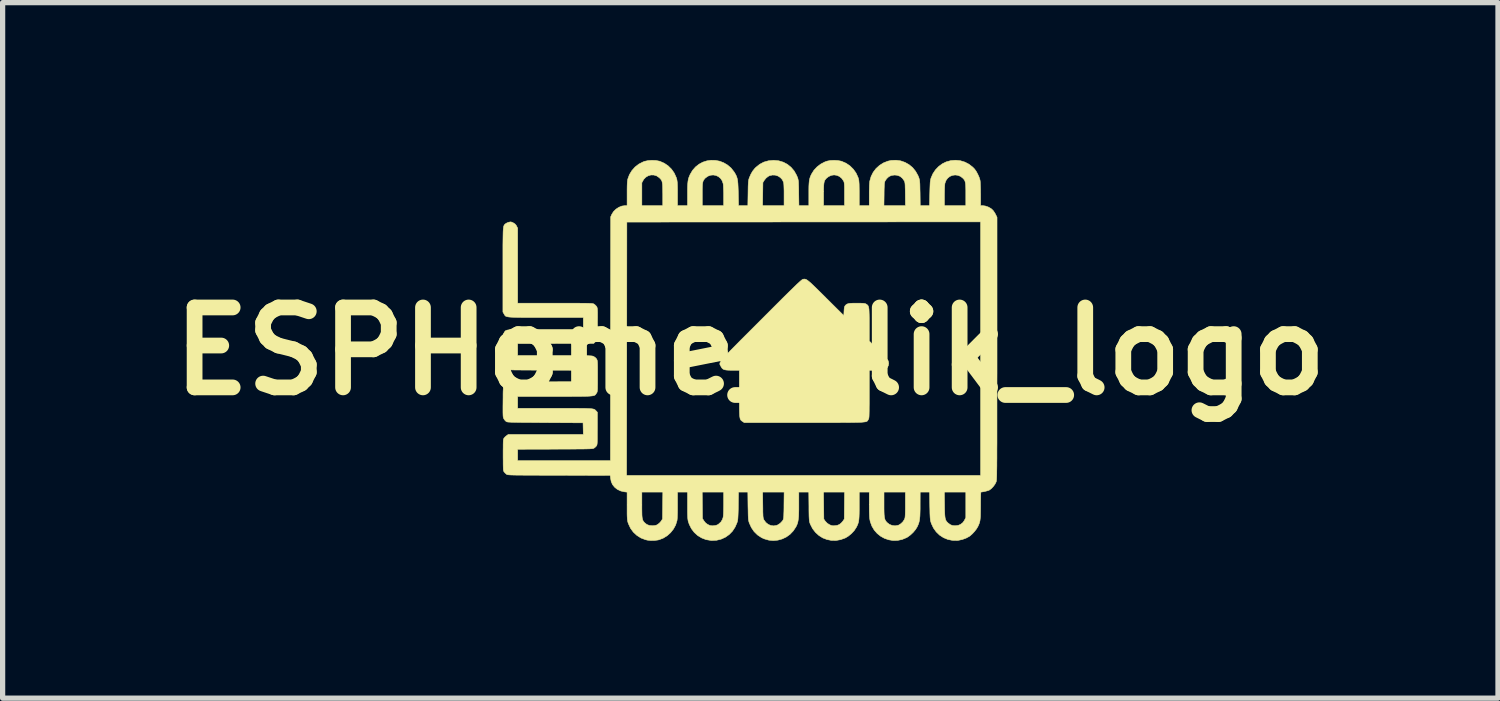
<source format=kicad_pcb>
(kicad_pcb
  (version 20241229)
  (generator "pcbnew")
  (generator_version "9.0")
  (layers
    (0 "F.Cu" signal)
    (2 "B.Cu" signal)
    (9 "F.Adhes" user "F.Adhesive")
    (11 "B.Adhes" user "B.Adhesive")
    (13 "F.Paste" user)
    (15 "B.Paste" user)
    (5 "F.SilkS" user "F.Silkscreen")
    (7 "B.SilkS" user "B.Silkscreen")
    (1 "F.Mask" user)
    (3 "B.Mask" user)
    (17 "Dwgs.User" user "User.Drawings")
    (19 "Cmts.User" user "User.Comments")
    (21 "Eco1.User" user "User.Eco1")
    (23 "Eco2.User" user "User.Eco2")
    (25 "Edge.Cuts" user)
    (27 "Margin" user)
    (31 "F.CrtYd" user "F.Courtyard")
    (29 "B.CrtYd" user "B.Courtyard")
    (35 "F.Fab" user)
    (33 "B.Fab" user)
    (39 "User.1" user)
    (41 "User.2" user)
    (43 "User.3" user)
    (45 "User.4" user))
  (footprint "ESPHome_slik_logo"
    (layer "F.Cu")
    (at 11.256 3.647)
    (property "Reference" "ESPHome_slik_logo" (at 0 0 0) (layer "F.SilkS") (effects (font (size 1.524 1.524) (thickness 0.3))))
    (attr through_hole)
    (fp_poly (pts (xy 1.042 -1.375) (xy 1.057 -1.371) (xy 1.074 -1.363) (xy 1.095 -1.349) (xy 1.121 -1.328) (xy 1.153 -1.301) (xy 1.191 -1.265) (xy 1.238 -1.22) (xy 1.294 -1.165) (xy 1.361 -1.099) (xy 1.439 -1.022) (xy 1.441 -1.019) (xy 1.783 -0.68) (xy 1.787 -0.765) (xy 1.79 -0.809) (xy 1.794 -0.838) (xy 1.801 -0.857) (xy 1.81 -0.871) (xy 1.826 -0.887) (xy 1.842 -0.898) (xy 1.863 -0.906) (xy 1.891 -0.912) (xy 1.928 -0.915) (xy 1.978 -0.916) (xy 2.029 -0.916) (xy 2.087 -0.916) (xy 2.129 -0.915) (xy 2.16 -0.913) (xy 2.181 -0.91) (xy 2.197 -0.906) (xy 2.209 -0.899) (xy 2.21 -0.899) (xy 2.224 -0.89) (xy 2.236 -0.879) (xy 2.246 -0.867) (xy 2.253 -0.849) (xy 2.259 -0.826) (xy 2.263 -0.795) (xy 2.265 -0.753) (xy 2.267 -0.7) (xy 2.268 -0.634) (xy 2.268 -0.552) (xy 2.268 -0.507) (xy 2.268 -0.196) (xy 2.444 -0.018) (xy 2.491 0.03) (xy 2.534 0.074) (xy 2.571 0.114) (xy 2.601 0.147) (xy 2.621 0.171) (xy 2.63 0.184) (xy 2.63 0.185) (xy 2.639 0.231) (xy 2.631 0.276) (xy 2.608 0.315) (xy 2.572 0.344) (xy 2.567 0.347) (xy 2.551 0.353) (xy 2.53 0.358) (xy 2.502 0.361) (xy 2.463 0.362) (xy 2.409 0.363) (xy 2.402 0.363) (xy 2.268 0.363) (xy 2.268 0.818) (xy 2.268 0.92) (xy 2.268 1.006) (xy 2.267 1.077) (xy 2.267 1.135) (xy 2.266 1.181) (xy 2.265 1.216) (xy 2.264 1.243) (xy 2.262 1.263) (xy 2.26 1.278) (xy 2.257 1.288) (xy 2.253 1.296) (xy 2.25 1.302) (xy 2.245 1.31) (xy 2.241 1.318) (xy 2.236 1.325) (xy 2.231 1.331) (xy 2.223 1.336) (xy 2.212 1.341) (xy 2.198 1.345) (xy 2.178 1.348) (xy 2.152 1.351) (xy 2.12 1.354) (xy 2.08 1.356) (xy 2.031 1.357) (xy 1.973 1.358) (xy 1.904 1.359) (xy 1.824 1.36) (xy 1.731 1.36) (xy 1.625 1.361) (xy 1.505 1.361) (xy 1.369 1.361) (xy 1.218 1.361) (xy 1.049 1.361) (xy 1.027 1.361) (xy -0.115 1.361) (xy -0.146 1.34) (xy -0.16 1.331) (xy -0.171 1.322) (xy -0.181 1.312) (xy -0.188 1.299) (xy -0.195 1.282) (xy -0.199 1.259) (xy -0.203 1.229) (xy -0.205 1.19) (xy -0.207 1.14) (xy -0.208 1.078) (xy -0.208 1.003) (xy -0.209 0.912) (xy -0.209 0.81) (xy -0.209 0.363) (xy -0.343 0.363) (xy -0.406 0.362) (xy -0.454 0.359) (xy -0.489 0.353) (xy -0.515 0.343) (xy -0.535 0.328) (xy -0.551 0.306) (xy -0.561 0.287) (xy -0.567 0.276) (xy -0.573 0.266) (xy -0.578 0.256) (xy -0.581 0.247) (xy -0.581 0.236) (xy -0.579 0.224) (xy -0.573 0.21) (xy -0.563 0.193) (xy -0.547 0.172) (xy -0.527 0.147) (xy -0.5 0.116) (xy -0.467 0.08) (xy -0.426 0.037) (xy -0.378 -0.014) (xy -0.32 -0.072) (xy -0.254 -0.139) (xy -0.178 -0.216) (xy -0.091 -0.303) (xy 0.007 -0.401) (xy 0.117 -0.511) (xy 0.198 -0.592) (xy 0.318 -0.712) (xy 0.425 -0.819) (xy 0.521 -0.915) (xy 0.606 -1) (xy 0.681 -1.074) (xy 0.746 -1.138) (xy 0.803 -1.193) (xy 0.85 -1.239) (xy 0.89 -1.278) (xy 0.923 -1.308) (xy 0.949 -1.332) (xy 0.969 -1.349) (xy 0.984 -1.361) (xy 0.994 -1.368) (xy 0.998 -1.37) (xy 1.013 -1.374) (xy 1.027 -1.376) (xy 1.042 -1.375)) (stroke (width 0.01) (type solid)) (fill yes) (layer "F.SilkS"))
    (fp_poly (pts (xy 2.867 -3.63) (xy 2.95 -3.601) (xy 3.026 -3.558) (xy 3.094 -3.502) (xy 3.151 -3.432) (xy 3.196 -3.352) (xy 3.213 -3.311) (xy 3.219 -3.292) (xy 3.224 -3.273) (xy 3.228 -3.252) (xy 3.23 -3.225) (xy 3.233 -3.192) (xy 3.234 -3.148) (xy 3.235 -3.091) (xy 3.237 -3.019) (xy 3.237 -3.014) (xy 3.24 -2.776) (xy 3.417 -2.776) (xy 3.421 -2.966) (xy 3.701 -2.966) (xy 3.701 -2.776) (xy 4.109 -2.776) (xy 4.109 -2.989) (xy 4.109 -3.064) (xy 4.108 -3.124) (xy 4.106 -3.17) (xy 4.102 -3.206) (xy 4.096 -3.233) (xy 4.088 -3.255) (xy 4.077 -3.273) (xy 4.062 -3.29) (xy 4.057 -3.296) (xy 4.011 -3.333) (xy 3.96 -3.354) (xy 3.907 -3.361) (xy 3.855 -3.354) (xy 3.806 -3.334) (xy 3.764 -3.301) (xy 3.732 -3.257) (xy 3.711 -3.203) (xy 3.711 -3.201) (xy 3.708 -3.178) (xy 3.705 -3.141) (xy 3.703 -3.092) (xy 3.702 -3.036) (xy 3.701 -2.977) (xy 3.701 -2.966) (xy 3.421 -2.966) (xy 3.422 -3.009) (xy 3.424 -3.083) (xy 3.426 -3.142) (xy 3.428 -3.187) (xy 3.43 -3.222) (xy 3.434 -3.25) (xy 3.438 -3.273) (xy 3.443 -3.294) (xy 3.446 -3.303) (xy 3.481 -3.384) (xy 3.53 -3.458) (xy 3.591 -3.522) (xy 3.661 -3.574) (xy 3.734 -3.61) (xy 3.824 -3.635) (xy 3.915 -3.642) (xy 4.004 -3.633) (xy 4.09 -3.607) (xy 4.169 -3.566) (xy 4.241 -3.51) (xy 4.276 -3.474) (xy 4.307 -3.431) (xy 4.336 -3.377) (xy 4.362 -3.32) (xy 4.379 -3.267) (xy 4.381 -3.258) (xy 4.384 -3.235) (xy 4.386 -3.196) (xy 4.388 -3.146) (xy 4.39 -3.086) (xy 4.39 -3.021) (xy 4.391 -2.993) (xy 4.391 -2.776) (xy 4.431 -2.776) (xy 4.482 -2.769) (xy 4.537 -2.75) (xy 4.587 -2.722) (xy 4.606 -2.707) (xy 4.635 -2.677) (xy 4.662 -2.636) (xy 4.674 -2.615) (xy 4.704 -2.554) (xy 4.704 -0.055) (xy 4.704 0.198) (xy 4.704 0.432) (xy 4.703 0.65) (xy 4.703 0.852) (xy 4.703 1.038) (xy 4.703 1.209) (xy 4.703 1.366) (xy 4.703 1.509) (xy 4.703 1.639) (xy 4.703 1.757) (xy 4.702 1.863) (xy 4.702 1.958) (xy 4.702 2.043) (xy 4.701 2.117) (xy 4.701 2.183) (xy 4.7 2.24) (xy 4.699 2.289) (xy 4.699 2.331) (xy 4.698 2.367) (xy 4.697 2.396) (xy 4.696 2.42) (xy 4.695 2.44) (xy 4.694 2.455) (xy 4.692 2.467) (xy 4.691 2.477) (xy 4.689 2.484) (xy 4.688 2.49) (xy 4.687 2.492) (xy 4.666 2.534) (xy 4.635 2.577) (xy 4.599 2.616) (xy 4.561 2.645) (xy 4.554 2.649) (xy 4.529 2.658) (xy 4.493 2.668) (xy 4.454 2.677) (xy 4.418 2.683) (xy 4.397 2.685) (xy 4.396 2.694) (xy 4.394 2.718) (xy 4.393 2.756) (xy 4.392 2.806) (xy 4.391 2.864) (xy 4.391 2.929) (xy 4.391 2.937) (xy 4.39 3.021) (xy 4.389 3.089) (xy 4.388 3.144) (xy 4.384 3.188) (xy 4.38 3.225) (xy 4.373 3.257) (xy 4.364 3.286) (xy 4.352 3.315) (xy 4.339 3.343) (xy 4.313 3.387) (xy 4.276 3.435) (xy 4.234 3.481) (xy 4.19 3.52) (xy 4.176 3.53) (xy 4.115 3.563) (xy 4.044 3.589) (xy 3.969 3.605) (xy 3.945 3.608) (xy 3.853 3.606) (xy 3.765 3.588) (xy 3.683 3.554) (xy 3.609 3.506) (xy 3.545 3.444) (xy 3.492 3.37) (xy 3.452 3.285) (xy 3.446 3.266) (xy 3.44 3.247) (xy 3.435 3.227) (xy 3.432 3.204) (xy 3.429 3.175) (xy 3.427 3.138) (xy 3.425 3.091) (xy 3.424 3.031) (xy 3.422 2.955) (xy 3.422 2.946) (xy 3.418 2.685) (xy 3.7 2.685) (xy 3.703 2.928) (xy 3.704 3.009) (xy 3.706 3.074) (xy 3.709 3.126) (xy 3.713 3.166) (xy 3.719 3.197) (xy 3.728 3.222) (xy 3.739 3.241) (xy 3.754 3.259) (xy 3.772 3.276) (xy 3.777 3.28) (xy 3.814 3.307) (xy 3.851 3.322) (xy 3.894 3.327) (xy 3.92 3.326) (xy 3.965 3.32) (xy 4.005 3.303) (xy 4.015 3.297) (xy 4.052 3.268) (xy 4.08 3.229) (xy 4.084 3.221) (xy 4.109 3.173) (xy 4.109 2.685) (xy 3.7 2.685) (xy 3.418 2.685) (xy 3.239 2.685) (xy 3.238 2.923) (xy 3.238 3.011) (xy 3.236 3.084) (xy 3.234 3.143) (xy 3.229 3.192) (xy 3.223 3.234) (xy 3.214 3.27) (xy 3.202 3.304) (xy 3.187 3.337) (xy 3.183 3.347) (xy 3.15 3.4) (xy 3.106 3.453) (xy 3.054 3.502) (xy 3 3.542) (xy 2.979 3.554) (xy 2.895 3.589) (xy 2.808 3.607) (xy 2.722 3.609) (xy 2.639 3.595) (xy 2.559 3.568) (xy 2.485 3.527) (xy 2.419 3.474) (xy 2.363 3.41) (xy 2.318 3.334) (xy 2.287 3.249) (xy 2.282 3.225) (xy 2.277 3.196) (xy 2.273 3.159) (xy 2.271 3.111) (xy 2.269 3.051) (xy 2.268 2.975) (xy 2.268 2.923) (xy 2.268 2.685) (xy 2.549 2.685) (xy 2.549 2.92) (xy 2.549 3) (xy 2.55 3.065) (xy 2.552 3.116) (xy 2.556 3.157) (xy 2.562 3.188) (xy 2.569 3.212) (xy 2.58 3.232) (xy 2.593 3.25) (xy 2.606 3.265) (xy 2.652 3.301) (xy 2.705 3.322) (xy 2.761 3.329) (xy 2.817 3.319) (xy 2.835 3.312) (xy 2.873 3.287) (xy 2.909 3.252) (xy 2.936 3.211) (xy 2.947 3.185) (xy 2.951 3.162) (xy 2.954 3.122) (xy 2.956 3.066) (xy 2.957 2.994) (xy 2.957 2.918) (xy 2.957 2.685) (xy 2.549 2.685) (xy 2.268 2.685) (xy 2.077 2.685) (xy 2.077 2.942) (xy 2.077 3.027) (xy 2.076 3.097) (xy 2.074 3.154) (xy 2.071 3.2) (xy 2.066 3.237) (xy 2.059 3.27) (xy 2.049 3.299) (xy 2.037 3.327) (xy 2.022 3.358) (xy 2.02 3.36) (xy 1.981 3.42) (xy 1.928 3.477) (xy 1.868 3.526) (xy 1.812 3.56) (xy 1.723 3.592) (xy 1.635 3.608) (xy 1.547 3.607) (xy 1.462 3.59) (xy 1.381 3.559) (xy 1.308 3.513) (xy 1.243 3.454) (xy 1.188 3.383) (xy 1.145 3.299) (xy 1.14 3.287) (xy 1.135 3.271) (xy 1.13 3.255) (xy 1.127 3.236) (xy 1.124 3.212) (xy 1.122 3.182) (xy 1.12 3.142) (xy 1.119 3.09) (xy 1.118 3.024) (xy 1.118 2.96) (xy 1.115 2.685) (xy 1.396 2.685) (xy 1.402 3.201) (xy 1.429 3.24) (xy 1.467 3.28) (xy 1.506 3.305) (xy 1.538 3.32) (xy 1.564 3.327) (xy 1.595 3.328) (xy 1.613 3.326) (xy 1.658 3.32) (xy 1.694 3.305) (xy 1.706 3.298) (xy 1.734 3.275) (xy 1.76 3.246) (xy 1.767 3.237) (xy 1.792 3.199) (xy 1.797 2.685) (xy 1.396 2.685) (xy 1.115 2.685) (xy 0.925 2.685) (xy 0.925 2.928) (xy 0.925 3.016) (xy 0.923 3.089) (xy 0.921 3.148) (xy 0.916 3.197) (xy 0.91 3.238) (xy 0.902 3.273) (xy 0.891 3.304) (xy 0.877 3.335) (xy 0.869 3.35) (xy 0.819 3.426) (xy 0.757 3.491) (xy 0.686 3.542) (xy 0.608 3.579) (xy 0.525 3.602) (xy 0.439 3.61) (xy 0.352 3.602) (xy 0.266 3.577) (xy 0.215 3.554) (xy 0.138 3.503) (xy 0.072 3.438) (xy 0.02 3.361) (xy -0.017 3.28) (xy -0.024 3.261) (xy -0.029 3.243) (xy -0.033 3.224) (xy -0.036 3.202) (xy -0.038 3.174) (xy -0.04 3.137) (xy -0.041 3.09) (xy -0.042 3.029) (xy -0.044 2.953) (xy -0.044 2.95) (xy -0.047 2.685) (xy 0.235 2.685) (xy 0.238 2.932) (xy 0.239 3.006) (xy 0.239 3.064) (xy 0.241 3.109) (xy 0.242 3.142) (xy 0.245 3.167) (xy 0.248 3.185) (xy 0.252 3.198) (xy 0.257 3.21) (xy 0.26 3.216) (xy 0.296 3.265) (xy 0.341 3.301) (xy 0.392 3.323) (xy 0.447 3.33) (xy 0.502 3.32) (xy 0.522 3.312) (xy 0.57 3.281) (xy 0.611 3.238) (xy 0.625 3.216) (xy 0.629 3.205) (xy 0.633 3.191) (xy 0.636 3.17) (xy 0.638 3.14) (xy 0.639 3.1) (xy 0.641 3.047) (xy 0.642 2.98) (xy 0.642 2.937) (xy 0.645 2.685) (xy 0.235 2.685) (xy -0.047 2.685) (xy -0.225 2.685) (xy -0.229 2.946) (xy -0.23 3.023) (xy -0.232 3.085) (xy -0.234 3.134) (xy -0.236 3.172) (xy -0.238 3.201) (xy -0.242 3.225) (xy -0.246 3.245) (xy -0.252 3.264) (xy -0.252 3.266) (xy -0.29 3.353) (xy -0.34 3.43) (xy -0.402 3.494) (xy -0.474 3.545) (xy -0.554 3.582) (xy -0.642 3.604) (xy -0.734 3.609) (xy -0.754 3.607) (xy -0.844 3.592) (xy -0.927 3.56) (xy -1.003 3.514) (xy -1.069 3.454) (xy -1.123 3.383) (xy -1.164 3.301) (xy -1.184 3.242) (xy -1.188 3.221) (xy -1.192 3.193) (xy -1.194 3.158) (xy -1.196 3.111) (xy -1.197 3.052) (xy -1.197 2.978) (xy -1.197 2.937) (xy -1.197 2.685) (xy -0.917 2.685) (xy -0.912 3.19) (xy -0.884 3.234) (xy -0.856 3.27) (xy -0.82 3.298) (xy -0.807 3.305) (xy -0.776 3.32) (xy -0.751 3.327) (xy -0.722 3.328) (xy -0.7 3.327) (xy -0.659 3.321) (xy -0.627 3.31) (xy -0.605 3.296) (xy -0.56 3.255) (xy -0.531 3.207) (xy -0.518 3.165) (xy -0.515 3.143) (xy -0.512 3.106) (xy -0.51 3.056) (xy -0.509 2.999) (xy -0.508 2.935) (xy -0.508 2.902) (xy -0.508 2.685) (xy -0.917 2.685) (xy -1.197 2.685) (xy -1.388 2.685) (xy -1.388 2.934) (xy -1.388 3.009) (xy -1.389 3.078) (xy -1.391 3.137) (xy -1.393 3.185) (xy -1.396 3.219) (xy -1.398 3.231) (xy -1.424 3.314) (xy -1.466 3.391) (xy -1.521 3.46) (xy -1.586 3.518) (xy -1.661 3.564) (xy -1.742 3.595) (xy -1.767 3.6) (xy -1.829 3.608) (xy -1.897 3.609) (xy -1.962 3.602) (xy -2 3.593) (xy -2.086 3.56) (xy -2.163 3.511) (xy -2.23 3.449) (xy -2.284 3.375) (xy -2.323 3.291) (xy -2.332 3.267) (xy -2.337 3.248) (xy -2.341 3.229) (xy -2.344 3.207) (xy -2.346 3.178) (xy -2.348 3.142) (xy -2.349 3.095) (xy -2.349 3.036) (xy -2.349 2.961) (xy -2.349 2.948) (xy -2.349 2.686) (xy -2.361 2.685) (xy -2.068 2.685) (xy -2.068 2.93) (xy -2.068 3.01) (xy -2.067 3.074) (xy -2.066 3.124) (xy -2.063 3.163) (xy -2.058 3.193) (xy -2.052 3.216) (xy -2.043 3.235) (xy -2.031 3.252) (xy -2.017 3.268) (xy -2.016 3.269) (xy -1.974 3.303) (xy -1.925 3.322) (xy -1.866 3.327) (xy -1.859 3.327) (xy -1.819 3.323) (xy -1.788 3.315) (xy -1.761 3.299) (xy -1.732 3.276) (xy -1.705 3.246) (xy -1.699 3.237) (xy -1.674 3.199) (xy -1.671 2.942) (xy -1.668 2.685) (xy -2.068 2.685) (xy -2.361 2.685) (xy -2.402 2.68) (xy -2.472 2.664) (xy -2.536 2.633) (xy -2.585 2.594) (xy -2.626 2.544) (xy -2.652 2.486) (xy -2.664 2.423) (xy -2.67 2.368) (xy -2.767 2.368) (xy -2.359 2.368) (xy 4.391 2.368) (xy 4.391 -2.467) (xy 1.018 -2.465) (xy -2.354 -2.463) (xy -2.356 -0.048) (xy -2.359 2.368) (xy -2.767 2.368) (xy -3.647 2.365) (xy -3.802 2.365) (xy -3.939 2.365) (xy -4.06 2.364) (xy -4.166 2.364) (xy -4.258 2.364) (xy -4.337 2.363) (xy -4.404 2.362) (xy -4.46 2.362) (xy -4.507 2.361) (xy -4.544 2.36) (xy -4.574 2.359) (xy -4.597 2.357) (xy -4.614 2.356) (xy -4.627 2.354) (xy -4.636 2.352) (xy -4.642 2.35) (xy -4.647 2.347) (xy -4.65 2.344) (xy -4.674 2.323) (xy -4.694 2.301) (xy -4.699 2.293) (xy -4.703 2.284) (xy -4.706 2.273) (xy -4.709 2.255) (xy -4.71 2.231) (xy -4.711 2.198) (xy -4.712 2.153) (xy -4.712 2.096) (xy -4.713 2.023) (xy -4.713 1.978) (xy -4.713 1.896) (xy -4.712 1.831) (xy -4.712 1.78) (xy -4.711 1.74) (xy -4.71 1.712) (xy -4.708 1.691) (xy -4.705 1.677) (xy -4.701 1.666) (xy -4.697 1.658) (xy -4.694 1.654) (xy -4.673 1.631) (xy -4.647 1.61) (xy -4.645 1.608) (xy -4.615 1.587) (xy -3.184 1.587) (xy -3.189 1.365) (xy -3.91 1.361) (xy -4.041 1.36) (xy -4.156 1.359) (xy -4.255 1.358) (xy -4.339 1.358) (xy -4.41 1.357) (xy -4.469 1.356) (xy -4.517 1.355) (xy -4.556 1.354) (xy -4.586 1.352) (xy -4.609 1.351) (xy -4.626 1.349) (xy -4.638 1.347) (xy -4.646 1.344) (xy -4.653 1.341) (xy -4.656 1.339) (xy -4.677 1.319) (xy -4.696 1.293) (xy -4.7 1.286) (xy -4.705 1.276) (xy -4.709 1.264) (xy -4.712 1.249) (xy -4.714 1.229) (xy -4.715 1.202) (xy -4.716 1.166) (xy -4.716 1.118) (xy -4.716 1.056) (xy -4.715 0.979) (xy -4.715 0.962) (xy -4.714 0.882) (xy -4.714 0.818) (xy -4.713 0.767) (xy -4.711 0.73) (xy -4.71 0.702) (xy -4.707 0.682) (xy -4.704 0.668) (xy -4.7 0.658) (xy -4.696 0.65) (xy -4.694 0.647) (xy -4.672 0.625) (xy -4.646 0.605) (xy -4.644 0.603) (xy -4.638 0.6) (xy -4.631 0.597) (xy -4.621 0.595) (xy -4.609 0.592) (xy -4.591 0.591) (xy -4.568 0.589) (xy -4.538 0.588) (xy -4.499 0.587) (xy -4.451 0.586) (xy -4.392 0.585) (xy -4.321 0.585) (xy -4.237 0.584) (xy -4.138 0.584) (xy -4.024 0.583) (xy -3.898 0.583) (xy -3.184 0.58) (xy -3.184 0.363) (xy -3.905 0.361) (xy -4.036 0.36) (xy -4.15 0.36) (xy -4.249 0.359) (xy -4.333 0.359) (xy -4.404 0.358) (xy -4.462 0.358) (xy -4.51 0.357) (xy -4.548 0.356) (xy -4.578 0.355) (xy -4.601 0.353) (xy -4.618 0.351) (xy -4.63 0.349) (xy -4.638 0.347) (xy -4.644 0.344) (xy -4.649 0.34) (xy -4.65 0.34) (xy -4.674 0.318) (xy -4.694 0.296) (xy -4.699 0.288) (xy -4.703 0.279) (xy -4.706 0.267) (xy -4.709 0.249) (xy -4.711 0.224) (xy -4.712 0.189) (xy -4.713 0.143) (xy -4.714 0.084) (xy -4.715 0.009) (xy -4.715 -0.021) (xy -4.716 -0.102) (xy -4.716 -0.166) (xy -4.716 -0.216) (xy -4.715 -0.255) (xy -4.714 -0.283) (xy -4.712 -0.304) (xy -4.709 -0.32) (xy -4.706 -0.331) (xy -4.701 -0.341) (xy -4.697 -0.348) (xy -4.69 -0.361) (xy -4.684 -0.371) (xy -4.677 -0.381) (xy -4.669 -0.389) (xy -4.658 -0.395) (xy -4.643 -0.401) (xy -4.623 -0.405) (xy -4.596 -0.409) (xy -4.562 -0.412) (xy -4.519 -0.414) (xy -4.465 -0.415) (xy -4.401 -0.416) (xy -4.324 -0.417) (xy -4.234 -0.417) (xy -4.128 -0.417) (xy -4.007 -0.417) (xy -3.899 -0.417) (xy -3.184 -0.417) (xy -3.184 -0.644) (xy -3.899 -0.644) (xy -4.033 -0.644) (xy -4.151 -0.644) (xy -4.253 -0.644) (xy -4.341 -0.644) (xy -4.415 -0.645) (xy -4.477 -0.646) (xy -4.528 -0.648) (xy -4.57 -0.65) (xy -4.602 -0.653) (xy -4.628 -0.657) (xy -4.647 -0.662) (xy -4.661 -0.667) (xy -4.671 -0.674) (xy -4.679 -0.683) (xy -4.685 -0.692) (xy -4.691 -0.703) (xy -4.697 -0.713) (xy -4.717 -0.748) (xy -4.717 -1.549) (xy -4.717 -1.691) (xy -4.717 -1.816) (xy -4.717 -1.925) (xy -4.717 -2.02) (xy -4.716 -2.1) (xy -4.715 -2.169) (xy -4.714 -2.226) (xy -4.713 -2.273) (xy -4.711 -2.311) (xy -4.708 -2.341) (xy -4.705 -2.364) (xy -4.702 -2.382) (xy -4.697 -2.395) (xy -4.692 -2.405) (xy -4.686 -2.413) (xy -4.68 -2.42) (xy -4.672 -2.427) (xy -4.671 -2.428) (xy -4.648 -2.443) (xy -4.618 -2.456) (xy -4.607 -2.459) (xy -4.581 -2.465) (xy -4.561 -2.465) (xy -4.539 -2.457) (xy -4.521 -2.449) (xy -4.488 -2.428) (xy -4.465 -2.402) (xy -4.456 -2.386) (xy -4.436 -2.346) (xy -4.436 -0.916) (xy -3.722 -0.916) (xy -3.591 -0.916) (xy -3.477 -0.916) (xy -3.379 -0.916) (xy -3.295 -0.916) (xy -3.225 -0.915) (xy -3.167 -0.915) (xy -3.119 -0.914) (xy -3.081 -0.913) (xy -3.051 -0.912) (xy -3.028 -0.911) (xy -3.011 -0.909) (xy -2.999 -0.907) (xy -2.99 -0.904) (xy -2.983 -0.901) (xy -2.978 -0.898) (xy -2.952 -0.877) (xy -2.93 -0.852) (xy -2.93 -0.851) (xy -2.925 -0.842) (xy -2.921 -0.832) (xy -2.918 -0.819) (xy -2.916 -0.801) (xy -2.914 -0.776) (xy -2.913 -0.741) (xy -2.913 -0.696) (xy -2.913 -0.638) (xy -2.914 -0.564) (xy -2.914 -0.519) (xy -2.916 -0.218) (xy -2.985 -0.15) (xy -4.436 -0.145) (xy -4.436 0.082) (xy -3.731 0.082) (xy -3.601 0.082) (xy -3.487 0.082) (xy -3.39 0.082) (xy -3.307 0.082) (xy -3.236 0.083) (xy -3.178 0.083) (xy -3.131 0.084) (xy -3.093 0.085) (xy -3.063 0.087) (xy -3.04 0.088) (xy -3.022 0.09) (xy -3.009 0.092) (xy -2.999 0.095) (xy -2.991 0.098) (xy -2.988 0.099) (xy -2.957 0.119) (xy -2.932 0.146) (xy -2.931 0.147) (xy -2.926 0.157) (xy -2.922 0.167) (xy -2.918 0.179) (xy -2.916 0.197) (xy -2.914 0.221) (xy -2.913 0.254) (xy -2.912 0.298) (xy -2.912 0.355) (xy -2.912 0.427) (xy -2.912 0.474) (xy -2.912 0.555) (xy -2.912 0.619) (xy -2.913 0.67) (xy -2.913 0.709) (xy -2.915 0.737) (xy -2.917 0.758) (xy -2.92 0.773) (xy -2.923 0.784) (xy -2.928 0.793) (xy -2.933 0.799) (xy -2.94 0.81) (xy -2.946 0.82) (xy -2.953 0.829) (xy -2.962 0.836) (xy -2.974 0.842) (xy -2.99 0.847) (xy -3.011 0.851) (xy -3.039 0.854) (xy -3.075 0.857) (xy -3.119 0.859) (xy -3.174 0.86) (xy -3.24 0.861) (xy -3.319 0.861) (xy -3.412 0.862) (xy -3.519 0.862) (xy -3.643 0.862) (xy -3.726 0.862) (xy -4.436 0.862) (xy -4.436 1.089) (xy -3.723 1.089) (xy -3.591 1.089) (xy -3.475 1.089) (xy -3.375 1.089) (xy -3.289 1.089) (xy -3.216 1.09) (xy -3.156 1.09) (xy -3.106 1.092) (xy -3.066 1.094) (xy -3.034 1.096) (xy -3.01 1.099) (xy -2.991 1.103) (xy -2.977 1.107) (xy -2.966 1.113) (xy -2.958 1.119) (xy -2.95 1.126) (xy -2.942 1.135) (xy -2.939 1.138) (xy -2.916 1.163) (xy -2.916 1.473) (xy -2.917 1.556) (xy -2.917 1.623) (xy -2.917 1.676) (xy -2.918 1.717) (xy -2.919 1.747) (xy -2.921 1.768) (xy -2.924 1.784) (xy -2.927 1.794) (xy -2.931 1.802) (xy -2.935 1.807) (xy -2.956 1.829) (xy -2.98 1.848) (xy -2.986 1.851) (xy -2.993 1.853) (xy -3.003 1.856) (xy -3.018 1.858) (xy -3.038 1.859) (xy -3.064 1.861) (xy -3.098 1.862) (xy -3.141 1.863) (xy -3.195 1.864) (xy -3.26 1.864) (xy -3.337 1.865) (xy -3.429 1.866) (xy -3.535 1.866) (xy -3.658 1.866) (xy -3.722 1.867) (xy -4.436 1.869) (xy -4.436 2.086) (xy -2.667 2.086) (xy -2.665 -0.238) (xy -2.662 -2.563) (xy -2.641 -2.61) (xy -2.608 -2.663) (xy -2.562 -2.708) (xy -2.508 -2.744) (xy -2.449 -2.768) (xy -2.39 -2.776) (xy -2.349 -2.776) (xy -2.349 -3.005) (xy -2.349 -3.086) (xy -2.348 -3.151) (xy -2.346 -3.201) (xy -2.345 -3.213) (xy -2.068 -3.213) (xy -2.068 -2.776) (xy -1.669 -2.776) (xy -1.669 -2.991) (xy -1.67 -3.067) (xy -1.671 -3.127) (xy -1.673 -3.175) (xy -1.678 -3.211) (xy -1.684 -3.239) (xy -1.694 -3.262) (xy -1.708 -3.281) (xy -1.725 -3.299) (xy -1.739 -3.312) (xy -1.786 -3.344) (xy -1.839 -3.36) (xy -1.893 -3.361) (xy -1.945 -3.347) (xy -1.992 -3.319) (xy -2.031 -3.279) (xy -2.044 -3.257) (xy -2.068 -3.213) (xy -2.345 -3.213) (xy -2.343 -3.24) (xy -2.339 -3.268) (xy -2.336 -3.283) (xy -2.305 -3.367) (xy -2.258 -3.444) (xy -2.198 -3.512) (xy -2.126 -3.568) (xy -2.046 -3.609) (xy -2.015 -3.621) (xy -1.949 -3.635) (xy -1.876 -3.64) (xy -1.801 -3.637) (xy -1.733 -3.624) (xy -1.723 -3.621) (xy -1.641 -3.585) (xy -1.567 -3.535) (xy -1.503 -3.472) (xy -1.451 -3.398) (xy -1.413 -3.315) (xy -1.401 -3.277) (xy -1.397 -3.254) (xy -1.393 -3.224) (xy -1.391 -3.184) (xy -1.389 -3.132) (xy -1.388 -3.066) (xy -1.388 -3.001) (xy -1.388 -2.776) (xy -1.197 -2.776) (xy -1.197 -2.989) (xy -0.916 -2.989) (xy -0.916 -2.776) (xy -0.508 -2.776) (xy -0.508 -2.961) (xy -0.508 -3.02) (xy -0.51 -3.077) (xy -0.512 -3.127) (xy -0.514 -3.167) (xy -0.517 -3.193) (xy -0.517 -3.194) (xy -0.536 -3.25) (xy -0.567 -3.296) (xy -0.608 -3.33) (xy -0.655 -3.352) (xy -0.707 -3.361) (xy -0.76 -3.356) (xy -0.811 -3.337) (xy -0.858 -3.302) (xy -0.864 -3.296) (xy -0.879 -3.278) (xy -0.891 -3.261) (xy -0.901 -3.24) (xy -0.907 -3.215) (xy -0.912 -3.183) (xy -0.914 -3.14) (xy -0.916 -3.085) (xy -0.916 -3.015) (xy -0.916 -2.989) (xy -1.197 -2.989) (xy -1.197 -2.993) (xy -1.197 -3.074) (xy -1.196 -3.139) (xy -1.193 -3.192) (xy -1.189 -3.235) (xy -1.183 -3.271) (xy -1.175 -3.303) (xy -1.163 -3.334) (xy -1.149 -3.367) (xy -1.147 -3.371) (xy -1.101 -3.449) (xy -1.044 -3.514) (xy -0.978 -3.566) (xy -0.906 -3.605) (xy -0.828 -3.63) (xy -0.748 -3.641) (xy -0.666 -3.639) (xy -0.586 -3.624) (xy -0.508 -3.594) (xy -0.435 -3.551) (xy -0.368 -3.494) (xy -0.311 -3.422) (xy -0.307 -3.416) (xy -0.287 -3.383) (xy -0.271 -3.353) (xy -0.258 -3.321) (xy -0.248 -3.286) (xy -0.241 -3.245) (xy -0.236 -3.195) (xy -0.233 -3.133) (xy -0.23 -3.058) (xy -0.229 -3.009) (xy -0.224 -2.776) (xy -0.047 -2.776) (xy 0.234 -2.776) (xy 0.644 -2.776) (xy 0.644 -2.981) (xy 0.644 -3.056) (xy 0.642 -3.119) (xy 0.64 -3.17) (xy 0.637 -3.205) (xy 0.634 -3.221) (xy 0.61 -3.272) (xy 0.573 -3.312) (xy 0.528 -3.341) (xy 0.476 -3.358) (xy 0.422 -3.36) (xy 0.368 -3.348) (xy 0.339 -3.333) (xy 0.299 -3.3) (xy 0.268 -3.262) (xy 0.24 -3.217) (xy 0.237 -2.997) (xy 0.234 -2.776) (xy -0.047 -2.776) (xy -0.043 -3.014) (xy -0.042 -3.086) (xy -0.041 -3.143) (xy -0.039 -3.187) (xy -0.037 -3.221) (xy -0.034 -3.247) (xy -0.031 -3.268) (xy -0.026 -3.286) (xy -0.02 -3.304) (xy -0.017 -3.312) (xy 0.013 -3.38) (xy 0.046 -3.436) (xy 0.086 -3.486) (xy 0.105 -3.505) (xy 0.178 -3.564) (xy 0.257 -3.606) (xy 0.345 -3.631) (xy 0.44 -3.64) (xy 0.449 -3.64) (xy 0.542 -3.631) (xy 0.629 -3.605) (xy 0.707 -3.564) (xy 0.776 -3.508) (xy 0.835 -3.439) (xy 0.882 -3.356) (xy 0.897 -3.32) (xy 0.904 -3.302) (xy 0.909 -3.284) (xy 0.913 -3.265) (xy 0.917 -3.242) (xy 0.919 -3.213) (xy 0.92 -3.174) (xy 0.922 -3.124) (xy 0.923 -3.059) (xy 0.923 -3.019) (xy 0.927 -2.776) (xy 1.116 -2.776) (xy 1.397 -2.776) (xy 1.796 -2.776) (xy 1.796 -2.994) (xy 1.796 -3.063) (xy 1.796 -3.117) (xy 1.795 -3.158) (xy 1.793 -3.188) (xy 1.79 -3.21) (xy 1.787 -3.226) (xy 1.782 -3.239) (xy 1.779 -3.246) (xy 1.744 -3.296) (xy 1.701 -3.332) (xy 1.651 -3.354) (xy 1.598 -3.362) (xy 1.544 -3.354) (xy 1.492 -3.33) (xy 1.47 -3.313) (xy 1.448 -3.295) (xy 1.432 -3.276) (xy 1.419 -3.257) (xy 1.41 -3.233) (xy 1.404 -3.202) (xy 1.4 -3.162) (xy 1.398 -3.111) (xy 1.397 -3.046) (xy 1.397 -2.991) (xy 1.397 -2.776) (xy 1.116 -2.776) (xy 1.116 -3.001) (xy 1.116 -3.082) (xy 1.117 -3.147) (xy 1.12 -3.2) (xy 1.124 -3.243) (xy 1.13 -3.279) (xy 1.139 -3.311) (xy 1.15 -3.341) (xy 1.165 -3.373) (xy 1.17 -3.382) (xy 1.214 -3.452) (xy 1.273 -3.515) (xy 1.342 -3.568) (xy 1.418 -3.608) (xy 1.465 -3.625) (xy 1.527 -3.637) (xy 1.598 -3.64) (xy 1.669 -3.636) (xy 1.733 -3.624) (xy 1.742 -3.621) (xy 1.825 -3.585) (xy 1.899 -3.535) (xy 1.964 -3.471) (xy 2.016 -3.398) (xy 2.054 -3.316) (xy 2.064 -3.283) (xy 2.069 -3.26) (xy 2.072 -3.228) (xy 2.075 -3.186) (xy 2.076 -3.131) (xy 2.077 -3.061) (xy 2.077 -3.005) (xy 2.077 -2.776) (xy 2.268 -2.776) (xy 2.548 -2.776) (xy 2.958 -2.776) (xy 2.956 -2.996) (xy 2.955 -3.066) (xy 2.953 -3.121) (xy 2.952 -3.162) (xy 2.95 -3.193) (xy 2.947 -3.215) (xy 2.943 -3.231) (xy 2.938 -3.243) (xy 2.936 -3.248) (xy 2.9 -3.299) (xy 2.856 -3.335) (xy 2.802 -3.355) (xy 2.753 -3.36) (xy 2.693 -3.353) (xy 2.641 -3.329) (xy 2.599 -3.29) (xy 2.571 -3.248) (xy 2.565 -3.236) (xy 2.561 -3.221) (xy 2.558 -3.202) (xy 2.555 -3.174) (xy 2.554 -3.137) (xy 2.552 -3.088) (xy 2.551 -3.024) (xy 2.551 -2.996) (xy 2.548 -2.776) (xy 2.268 -2.776) (xy 2.268 -2.983) (xy 2.268 -3.046) (xy 2.27 -3.106) (xy 2.271 -3.161) (xy 2.274 -3.205) (xy 2.277 -3.236) (xy 2.278 -3.244) (xy 2.303 -3.332) (xy 2.343 -3.412) (xy 2.397 -3.483) (xy 2.463 -3.543) (xy 2.539 -3.591) (xy 2.622 -3.624) (xy 2.687 -3.638) (xy 2.778 -3.642) (xy 2.867 -3.63)) (stroke (width 0.01) (type solid)) (fill yes) (layer "F.SilkS")))
  (gr_rect
    (start -3 -3)
    (end 25.512 10.262)
    (stroke (width 0.1) (type default))
    (fill no)
    (layer "Edge.Cuts")))
</source>
